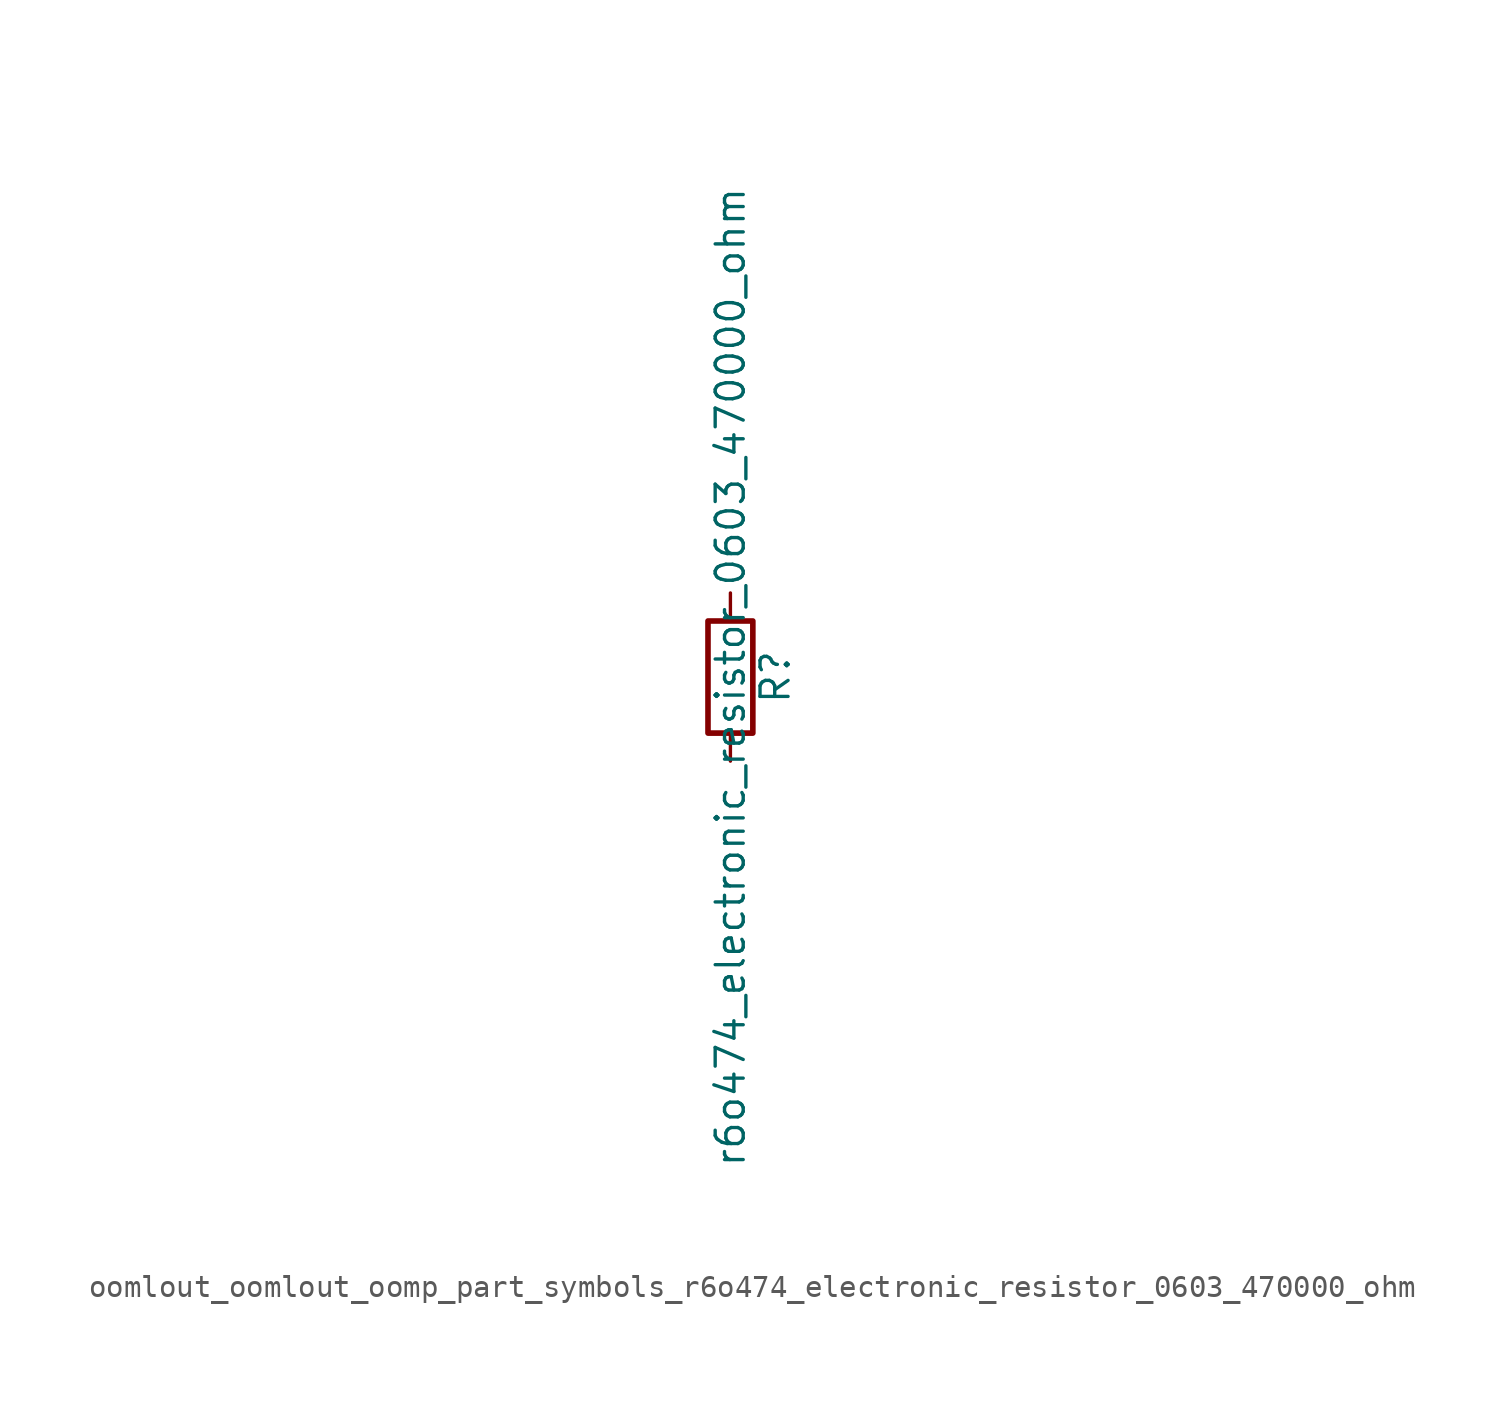
<source format=kicad_sym>
(kicad_symbol_lib
  (version 20220914)
  (generator kicad_symbol_editor)
  (symbol "oomlout_oomlout_oomp_part_symbols_r6o474_electronic_resistor_0603_470000_ohm"
    (pin_numbers hide)
    (pin_names
      (offset 0))
    (property "Reference" "R"
      (at 2.032 0 90)
      (effects (font (size 1.27 1.27))))
    (property "Value" "r6o474_electronic_resistor_0603_470000_ohm"
      (at 0 0 90)
      (effects (font (size 1.27 1.27))))
    (symbol "oomlout_oomlout_oomp_part_symbols_r6o474_electronic_resistor_0603_470000_ohm_0_1"
      (rectangle (start -1.016 -2.54) (end 1.016 2.54) (stroke (width 0.254) (type default)) (fill (type none))))
    (symbol "oomlout_oomlout_oomp_part_symbols_r6o474_electronic_resistor_0603_470000_ohm_1_1"
      (pin passive line (at 0 3.81 270) (length 1.27) (name "~" (effects (font (size 1.27 1.27)))) (number "1" (effects (font (size 1.27 1.27)))))
      (pin passive line (at 0 -3.81 90) (length 1.27) (name "~" (effects (font (size 1.27 1.27)))) (number "2" (effects (font (size 1.27 1.27))))))))
</source>
